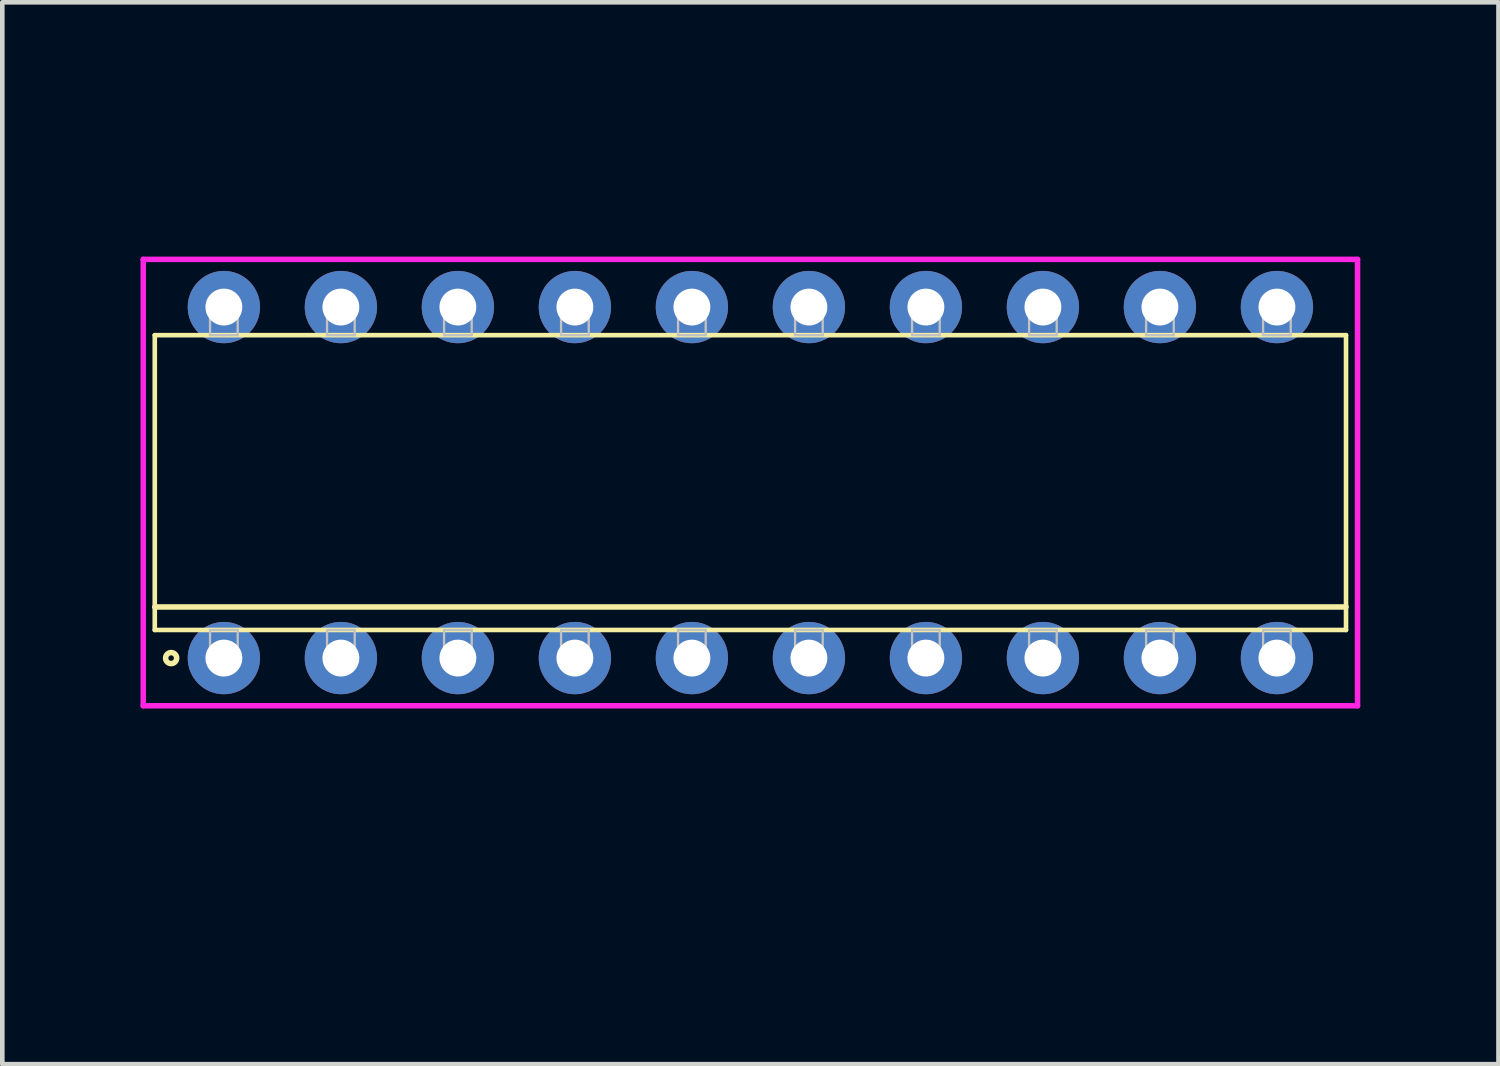
<source format=kicad_pcb>
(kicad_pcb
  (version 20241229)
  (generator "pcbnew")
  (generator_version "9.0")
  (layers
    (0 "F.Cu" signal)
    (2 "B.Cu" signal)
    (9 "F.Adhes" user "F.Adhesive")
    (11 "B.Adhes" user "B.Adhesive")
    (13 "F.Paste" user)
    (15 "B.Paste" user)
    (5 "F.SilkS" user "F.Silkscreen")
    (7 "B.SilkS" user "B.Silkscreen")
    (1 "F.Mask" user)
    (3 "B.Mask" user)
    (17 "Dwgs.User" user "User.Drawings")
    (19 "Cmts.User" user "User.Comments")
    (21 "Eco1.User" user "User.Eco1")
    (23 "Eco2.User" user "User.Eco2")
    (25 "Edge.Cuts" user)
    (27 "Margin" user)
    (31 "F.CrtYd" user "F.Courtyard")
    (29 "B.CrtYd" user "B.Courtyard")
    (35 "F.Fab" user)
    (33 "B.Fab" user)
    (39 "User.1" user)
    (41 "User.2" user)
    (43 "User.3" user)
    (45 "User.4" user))
  (footprint "DIP254P2586x640-20"
    (layer "F.Cu")
    (at 13.24 7.426)
    (property "Reference" "DIP254P2586x640-20" (at 0 1.1 90) (layer "User.1") (effects (font (size 1 1) (thickness 0.1))))
    (attr through_hole)
    (fp_line (start -12.93 -3.2) (end -12.93 3.2) (stroke (width 0.1) (type solid)) (layer "F.SilkS"))
    (fp_line (start -12.93 2.7) (end 12.93 2.7) (stroke (width 0.12) (type solid)) (layer "F.SilkS"))
    (fp_line (start -12.93 3.2) (end 12.93 3.2) (stroke (width 0.1) (type solid)) (layer "F.SilkS"))
    (fp_line (start 12.93 -3.2) (end -12.93 -3.2) (stroke (width 0.1) (type solid)) (layer "F.SilkS"))
    (fp_line (start 12.93 3.2) (end 12.93 -3.2) (stroke (width 0.1) (type solid)) (layer "F.SilkS"))
    (fp_circle (center -12.575 3.81) (end -12.455 3.81) (stroke (width 0.12) (type solid)) (fill no) (layer "F.SilkS"))
    (fp_line (start -11.73 -3.81) (end -11.73 -3.2) (stroke (width 0.05) (type solid)) (layer "Dwgs.User"))
    (fp_line (start -11.73 -3.2) (end -11.13 -3.2) (stroke (width 0.05) (type solid)) (layer "Dwgs.User"))
    (fp_line (start -11.73 3.2) (end -11.13 3.2) (stroke (width 0.05) (type solid)) (layer "Dwgs.User"))
    (fp_line (start -11.73 3.81) (end -11.73 3.2) (stroke (width 0.05) (type solid)) (layer "Dwgs.User"))
    (fp_line (start -11.13 -3.81) (end -11.73 -3.81) (stroke (width 0.05) (type solid)) (layer "Dwgs.User"))
    (fp_line (start -11.13 -3.2) (end -11.13 -3.81) (stroke (width 0.05) (type solid)) (layer "Dwgs.User"))
    (fp_line (start -11.13 3.2) (end -11.13 3.81) (stroke (width 0.05) (type solid)) (layer "Dwgs.User"))
    (fp_line (start -11.13 3.81) (end -11.73 3.81) (stroke (width 0.05) (type solid)) (layer "Dwgs.User"))
    (fp_line (start -9.19 -3.81) (end -9.19 -3.2) (stroke (width 0.05) (type solid)) (layer "Dwgs.User"))
    (fp_line (start -9.19 -3.2) (end -8.59 -3.2) (stroke (width 0.05) (type solid)) (layer "Dwgs.User"))
    (fp_line (start -9.19 3.2) (end -8.59 3.2) (stroke (width 0.05) (type solid)) (layer "Dwgs.User"))
    (fp_line (start -9.19 3.81) (end -9.19 3.2) (stroke (width 0.05) (type solid)) (layer "Dwgs.User"))
    (fp_line (start -8.59 -3.81) (end -9.19 -3.81) (stroke (width 0.05) (type solid)) (layer "Dwgs.User"))
    (fp_line (start -8.59 -3.2) (end -8.59 -3.81) (stroke (width 0.05) (type solid)) (layer "Dwgs.User"))
    (fp_line (start -8.59 3.2) (end -8.59 3.81) (stroke (width 0.05) (type solid)) (layer "Dwgs.User"))
    (fp_line (start -8.59 3.81) (end -9.19 3.81) (stroke (width 0.05) (type solid)) (layer "Dwgs.User"))
    (fp_line (start -6.65 -3.81) (end -6.65 -3.2) (stroke (width 0.05) (type solid)) (layer "Dwgs.User"))
    (fp_line (start -6.65 -3.2) (end -6.05 -3.2) (stroke (width 0.05) (type solid)) (layer "Dwgs.User"))
    (fp_line (start -6.65 3.2) (end -6.05 3.2) (stroke (width 0.05) (type solid)) (layer "Dwgs.User"))
    (fp_line (start -6.65 3.81) (end -6.65 3.2) (stroke (width 0.05) (type solid)) (layer "Dwgs.User"))
    (fp_line (start -6.05 -3.81) (end -6.65 -3.81) (stroke (width 0.05) (type solid)) (layer "Dwgs.User"))
    (fp_line (start -6.05 -3.2) (end -6.05 -3.81) (stroke (width 0.05) (type solid)) (layer "Dwgs.User"))
    (fp_line (start -6.05 3.2) (end -6.05 3.81) (stroke (width 0.05) (type solid)) (layer "Dwgs.User"))
    (fp_line (start -6.05 3.81) (end -6.65 3.81) (stroke (width 0.05) (type solid)) (layer "Dwgs.User"))
    (fp_line (start -4.11 -3.81) (end -4.11 -3.2) (stroke (width 0.05) (type solid)) (layer "Dwgs.User"))
    (fp_line (start -4.11 -3.2) (end -3.51 -3.2) (stroke (width 0.05) (type solid)) (layer "Dwgs.User"))
    (fp_line (start -4.11 3.2) (end -3.51 3.2) (stroke (width 0.05) (type solid)) (layer "Dwgs.User"))
    (fp_line (start -4.11 3.81) (end -4.11 3.2) (stroke (width 0.05) (type solid)) (layer "Dwgs.User"))
    (fp_line (start -3.51 -3.81) (end -4.11 -3.81) (stroke (width 0.05) (type solid)) (layer "Dwgs.User"))
    (fp_line (start -3.51 -3.2) (end -3.51 -3.81) (stroke (width 0.05) (type solid)) (layer "Dwgs.User"))
    (fp_line (start -3.51 3.2) (end -3.51 3.81) (stroke (width 0.05) (type solid)) (layer "Dwgs.User"))
    (fp_line (start -3.51 3.81) (end -4.11 3.81) (stroke (width 0.05) (type solid)) (layer "Dwgs.User"))
    (fp_line (start -1.57 -3.81) (end -1.57 -3.2) (stroke (width 0.05) (type solid)) (layer "Dwgs.User"))
    (fp_line (start -1.57 -3.2) (end -0.97 -3.2) (stroke (width 0.05) (type solid)) (layer "Dwgs.User"))
    (fp_line (start -1.57 3.2) (end -0.97 3.2) (stroke (width 0.05) (type solid)) (layer "Dwgs.User"))
    (fp_line (start -1.57 3.81) (end -1.57 3.2) (stroke (width 0.05) (type solid)) (layer "Dwgs.User"))
    (fp_line (start -0.97 -3.81) (end -1.57 -3.81) (stroke (width 0.05) (type solid)) (layer "Dwgs.User"))
    (fp_line (start -0.97 -3.2) (end -0.97 -3.81) (stroke (width 0.05) (type solid)) (layer "Dwgs.User"))
    (fp_line (start -0.97 3.2) (end -0.97 3.81) (stroke (width 0.05) (type solid)) (layer "Dwgs.User"))
    (fp_line (start -0.97 3.81) (end -1.57 3.81) (stroke (width 0.05) (type solid)) (layer "Dwgs.User"))
    (fp_line (start 0.97 -3.81) (end 0.97 -3.2) (stroke (width 0.05) (type solid)) (layer "Dwgs.User"))
    (fp_line (start 0.97 -3.2) (end 1.57 -3.2) (stroke (width 0.05) (type solid)) (layer "Dwgs.User"))
    (fp_line (start 0.97 3.2) (end 1.57 3.2) (stroke (width 0.05) (type solid)) (layer "Dwgs.User"))
    (fp_line (start 0.97 3.81) (end 0.97 3.2) (stroke (width 0.05) (type solid)) (layer "Dwgs.User"))
    (fp_line (start 1.57 -3.81) (end 0.97 -3.81) (stroke (width 0.05) (type solid)) (layer "Dwgs.User"))
    (fp_line (start 1.57 -3.2) (end 1.57 -3.81) (stroke (width 0.05) (type solid)) (layer "Dwgs.User"))
    (fp_line (start 1.57 3.2) (end 1.57 3.81) (stroke (width 0.05) (type solid)) (layer "Dwgs.User"))
    (fp_line (start 1.57 3.81) (end 0.97 3.81) (stroke (width 0.05) (type solid)) (layer "Dwgs.User"))
    (fp_line (start 3.51 -3.81) (end 3.51 -3.2) (stroke (width 0.05) (type solid)) (layer "Dwgs.User"))
    (fp_line (start 3.51 -3.2) (end 4.11 -3.2) (stroke (width 0.05) (type solid)) (layer "Dwgs.User"))
    (fp_line (start 3.51 3.2) (end 4.11 3.2) (stroke (width 0.05) (type solid)) (layer "Dwgs.User"))
    (fp_line (start 3.51 3.81) (end 3.51 3.2) (stroke (width 0.05) (type solid)) (layer "Dwgs.User"))
    (fp_line (start 4.11 -3.81) (end 3.51 -3.81) (stroke (width 0.05) (type solid)) (layer "Dwgs.User"))
    (fp_line (start 4.11 -3.2) (end 4.11 -3.81) (stroke (width 0.05) (type solid)) (layer "Dwgs.User"))
    (fp_line (start 4.11 3.2) (end 4.11 3.81) (stroke (width 0.05) (type solid)) (layer "Dwgs.User"))
    (fp_line (start 4.11 3.81) (end 3.51 3.81) (stroke (width 0.05) (type solid)) (layer "Dwgs.User"))
    (fp_line (start 6.05 -3.81) (end 6.05 -3.2) (stroke (width 0.05) (type solid)) (layer "Dwgs.User"))
    (fp_line (start 6.05 -3.2) (end 6.65 -3.2) (stroke (width 0.05) (type solid)) (layer "Dwgs.User"))
    (fp_line (start 6.05 3.2) (end 6.65 3.2) (stroke (width 0.05) (type solid)) (layer "Dwgs.User"))
    (fp_line (start 6.05 3.81) (end 6.05 3.2) (stroke (width 0.05) (type solid)) (layer "Dwgs.User"))
    (fp_line (start 6.65 -3.81) (end 6.05 -3.81) (stroke (width 0.05) (type solid)) (layer "Dwgs.User"))
    (fp_line (start 6.65 -3.2) (end 6.65 -3.81) (stroke (width 0.05) (type solid)) (layer "Dwgs.User"))
    (fp_line (start 6.65 3.2) (end 6.65 3.81) (stroke (width 0.05) (type solid)) (layer "Dwgs.User"))
    (fp_line (start 6.65 3.81) (end 6.05 3.81) (stroke (width 0.05) (type solid)) (layer "Dwgs.User"))
    (fp_line (start 8.59 -3.81) (end 8.59 -3.2) (stroke (width 0.05) (type solid)) (layer "Dwgs.User"))
    (fp_line (start 8.59 -3.2) (end 9.19 -3.2) (stroke (width 0.05) (type solid)) (layer "Dwgs.User"))
    (fp_line (start 8.59 3.2) (end 9.19 3.2) (stroke (width 0.05) (type solid)) (layer "Dwgs.User"))
    (fp_line (start 8.59 3.81) (end 8.59 3.2) (stroke (width 0.05) (type solid)) (layer "Dwgs.User"))
    (fp_line (start 9.19 -3.81) (end 8.59 -3.81) (stroke (width 0.05) (type solid)) (layer "Dwgs.User"))
    (fp_line (start 9.19 -3.2) (end 9.19 -3.81) (stroke (width 0.05) (type solid)) (layer "Dwgs.User"))
    (fp_line (start 9.19 3.2) (end 9.19 3.81) (stroke (width 0.05) (type solid)) (layer "Dwgs.User"))
    (fp_line (start 9.19 3.81) (end 8.59 3.81) (stroke (width 0.05) (type solid)) (layer "Dwgs.User"))
    (fp_line (start 11.13 -3.81) (end 11.13 -3.2) (stroke (width 0.05) (type solid)) (layer "Dwgs.User"))
    (fp_line (start 11.13 -3.2) (end 11.73 -3.2) (stroke (width 0.05) (type solid)) (layer "Dwgs.User"))
    (fp_line (start 11.13 3.2) (end 11.73 3.2) (stroke (width 0.05) (type solid)) (layer "Dwgs.User"))
    (fp_line (start 11.13 3.81) (end 11.13 3.2) (stroke (width 0.05) (type solid)) (layer "Dwgs.User"))
    (fp_line (start 11.73 -3.81) (end 11.13 -3.81) (stroke (width 0.05) (type solid)) (layer "Dwgs.User"))
    (fp_line (start 11.73 -3.2) (end 11.73 -3.81) (stroke (width 0.05) (type solid)) (layer "Dwgs.User"))
    (fp_line (start 11.73 3.2) (end 11.73 3.81) (stroke (width 0.05) (type solid)) (layer "Dwgs.User"))
    (fp_line (start 11.73 3.81) (end 11.13 3.81) (stroke (width 0.05) (type solid)) (layer "Dwgs.User"))
    (fp_line (start -13.18 -4.845) (end -13.18 4.845) (stroke (width 0.12) (type solid)) (layer "F.CrtYd"))
    (fp_line (start -13.18 4.845) (end 13.18 4.845) (stroke (width 0.12) (type solid)) (layer "F.CrtYd"))
    (fp_line (start 13.18 -4.845) (end -13.18 -4.845) (stroke (width 0.12) (type solid)) (layer "F.CrtYd"))
    (fp_line (start 13.18 4.845) (end 13.18 -4.845) (stroke (width 0.12) (type solid)) (layer "F.CrtYd"))
    (pad "1" thru_hole oval (at -11.43 -3.81) (size 1.57 1.57) (drill 0.8) (layers "*.Cu" "*.Mask"))
    (pad "1" thru_hole oval (at -11.43 3.81) (size 1.57 1.57) (drill 0.8) (layers "*.Cu" "*.Mask"))
    (pad "1" thru_hole oval (at -8.89 -3.81) (size 1.57 1.57) (drill 0.8) (layers "*.Cu" "*.Mask"))
    (pad "1" thru_hole oval (at -6.35 -3.81) (size 1.57 1.57) (drill 0.8) (layers "*.Cu" "*.Mask"))
    (pad "1" thru_hole oval (at -3.81 -3.81) (size 1.57 1.57) (drill 0.8) (layers "*.Cu" "*.Mask"))
    (pad "1" thru_hole oval (at -1.27 -3.81) (size 1.57 1.57) (drill 0.8) (layers "*.Cu" "*.Mask"))
    (pad "1" thru_hole oval (at 1.27 -3.81) (size 1.57 1.57) (drill 0.8) (layers "*.Cu" "*.Mask"))
    (pad "1" thru_hole oval (at 3.81 -3.81) (size 1.57 1.57) (drill 0.8) (layers "*.Cu" "*.Mask"))
    (pad "1" thru_hole oval (at 6.35 -3.81) (size 1.57 1.57) (drill 0.8) (layers "*.Cu" "*.Mask"))
    (pad "1" thru_hole oval (at 8.89 -3.81) (size 1.57 1.57) (drill 0.8) (layers "*.Cu" "*.Mask"))
    (pad "1" thru_hole oval (at 11.43 -3.81) (size 1.57 1.57) (drill 0.8) (layers "*.Cu" "*.Mask"))
    (pad "2" thru_hole oval (at -8.89 3.81) (size 1.57 1.57) (drill 0.8) (layers "*.Cu" "*.Mask"))
    (pad "3" thru_hole oval (at -6.35 3.81) (size 1.57 1.57) (drill 0.8) (layers "*.Cu" "*.Mask"))
    (pad "4" thru_hole oval (at -3.81 3.81) (size 1.57 1.57) (drill 0.8) (layers "*.Cu" "*.Mask"))
    (pad "5" thru_hole oval (at -1.27 3.81) (size 1.57 1.57) (drill 0.8) (layers "*.Cu" "*.Mask"))
    (pad "6" thru_hole oval (at 1.27 3.81) (size 1.57 1.57) (drill 0.8) (layers "*.Cu" "*.Mask"))
    (pad "7" thru_hole oval (at 3.81 3.81) (size 1.57 1.57) (drill 0.8) (layers "*.Cu" "*.Mask"))
    (pad "8" thru_hole oval (at 6.35 3.81) (size 1.57 1.57) (drill 0.8) (layers "*.Cu" "*.Mask"))
    (pad "9" thru_hole oval (at 8.89 3.81) (size 1.57 1.57) (drill 0.8) (layers "*.Cu" "*.Mask"))
    (pad "10" thru_hole oval (at 11.43 3.81) (size 1.57 1.57) (drill 0.8) (layers "*.Cu" "*.Mask")))
  (gr_rect
    (start -3 -3)
    (end 29.48 20.052)
    (stroke (width 0.1) (type default))
    (fill no)
    (layer "Edge.Cuts")))
</source>
